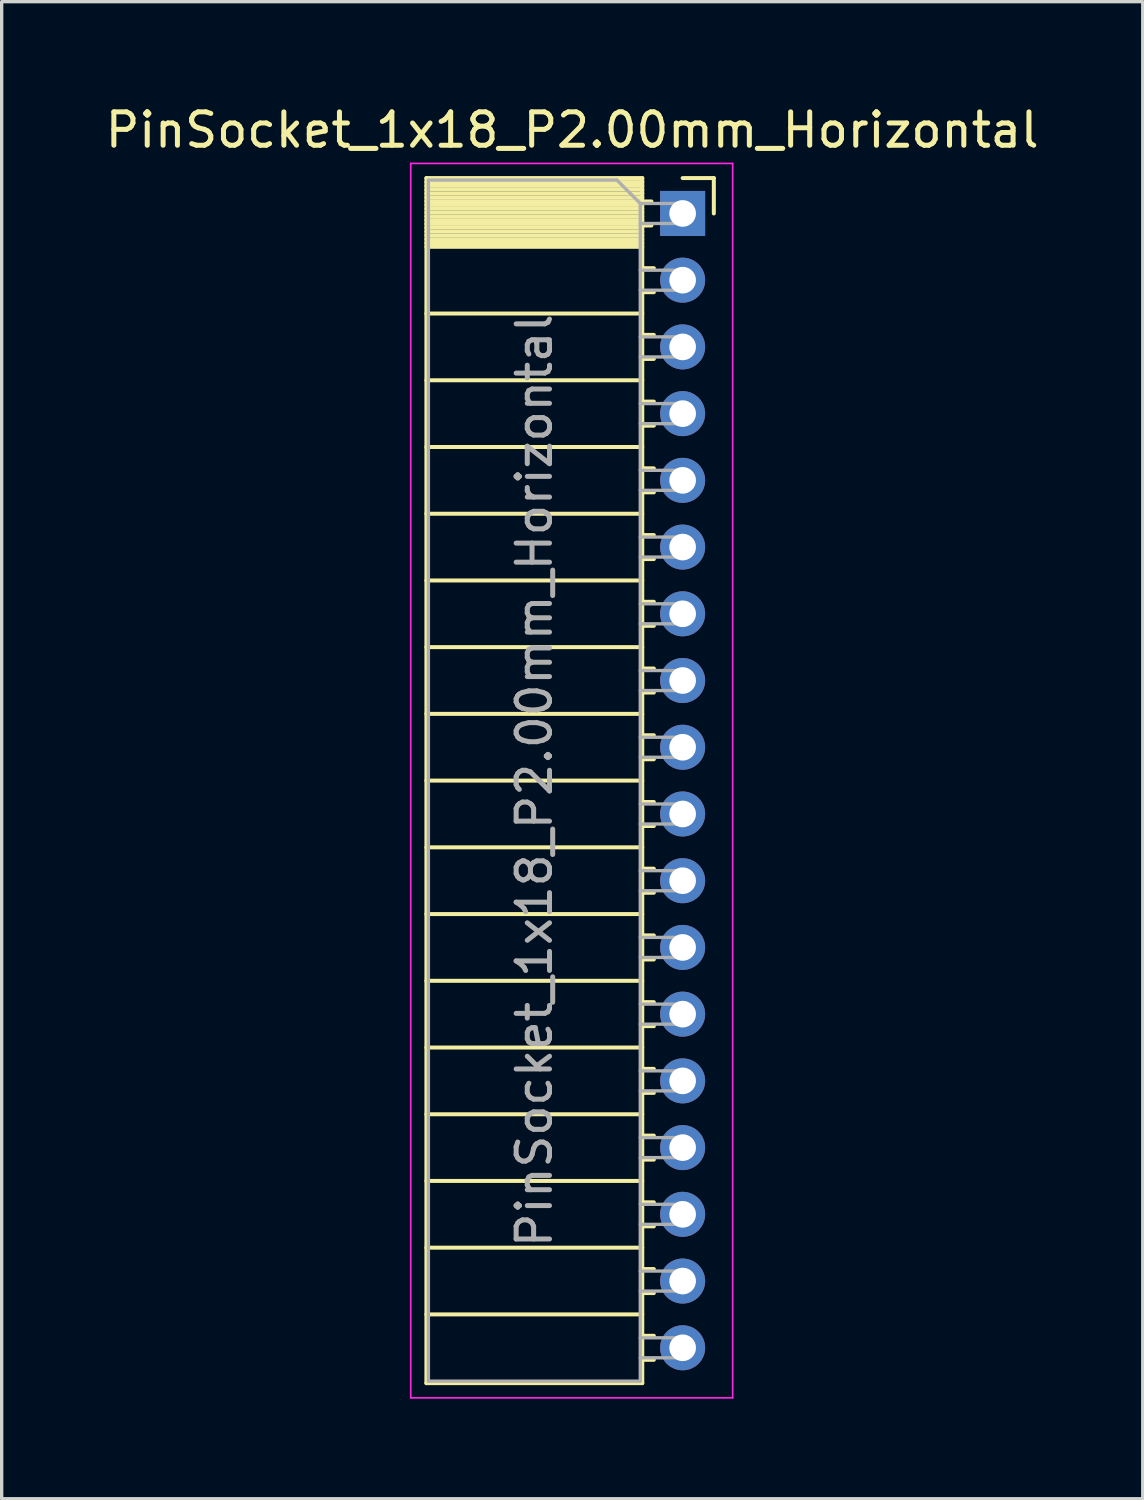
<source format=kicad_pcb>
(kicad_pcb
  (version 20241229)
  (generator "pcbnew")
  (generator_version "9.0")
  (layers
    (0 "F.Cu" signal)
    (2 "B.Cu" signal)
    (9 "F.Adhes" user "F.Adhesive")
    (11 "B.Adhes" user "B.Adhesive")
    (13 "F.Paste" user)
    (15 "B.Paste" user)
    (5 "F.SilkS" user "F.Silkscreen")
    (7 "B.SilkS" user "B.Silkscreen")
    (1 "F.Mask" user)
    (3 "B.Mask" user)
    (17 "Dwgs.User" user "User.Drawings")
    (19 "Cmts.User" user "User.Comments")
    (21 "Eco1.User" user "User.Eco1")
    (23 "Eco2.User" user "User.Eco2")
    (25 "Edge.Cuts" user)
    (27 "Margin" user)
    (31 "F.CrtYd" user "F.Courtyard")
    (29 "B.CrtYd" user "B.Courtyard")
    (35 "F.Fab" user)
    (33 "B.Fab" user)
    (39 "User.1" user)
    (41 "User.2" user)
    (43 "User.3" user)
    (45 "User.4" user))
  (footprint "PinSocket_1x18_P2.00mm_Horizontal"
    (layer "F.Cu")
    (at 17.411 3.348)
    (property "Reference" "PinSocket_1x18_P2.00mm_Horizontal" (at -3.31 -2.5 0) (layer "F.SilkS") (effects (font (size 1 1) (thickness 0.15))))
    (attr through_hole)
    (fp_line (start -7.68 -1.06) (end -7.68 35.06) (stroke (width 0.12) (type solid)) (layer "F.SilkS"))
    (fp_line (start -7.68 -1.06) (end -1.21 -1.06) (stroke (width 0.12) (type solid)) (layer "F.SilkS"))
    (fp_line (start -7.68 -0.94) (end -1.21 -0.94) (stroke (width 0.12) (type solid)) (layer "F.SilkS"))
    (fp_line (start -7.68 -0.826) (end -1.21 -0.826) (stroke (width 0.12) (type solid)) (layer "F.SilkS"))
    (fp_line (start -7.68 -0.712) (end -1.21 -0.712) (stroke (width 0.12) (type solid)) (layer "F.SilkS"))
    (fp_line (start -7.68 -0.598) (end -1.21 -0.598) (stroke (width 0.12) (type solid)) (layer "F.SilkS"))
    (fp_line (start -7.68 -0.484) (end -1.21 -0.484) (stroke (width 0.12) (type solid)) (layer "F.SilkS"))
    (fp_line (start -7.68 -0.369) (end -1.21 -0.369) (stroke (width 0.12) (type solid)) (layer "F.SilkS"))
    (fp_line (start -7.68 -0.255) (end -1.21 -0.255) (stroke (width 0.12) (type solid)) (layer "F.SilkS"))
    (fp_line (start -7.68 -0.141) (end -1.21 -0.141) (stroke (width 0.12) (type solid)) (layer "F.SilkS"))
    (fp_line (start -7.68 -0.027) (end -1.21 -0.027) (stroke (width 0.12) (type solid)) (layer "F.SilkS"))
    (fp_line (start -7.68 0.087) (end -1.21 0.087) (stroke (width 0.12) (type solid)) (layer "F.SilkS"))
    (fp_line (start -7.68 0.201) (end -1.21 0.201) (stroke (width 0.12) (type solid)) (layer "F.SilkS"))
    (fp_line (start -7.68 0.315) (end -1.21 0.315) (stroke (width 0.12) (type solid)) (layer "F.SilkS"))
    (fp_line (start -7.68 0.429) (end -1.21 0.429) (stroke (width 0.12) (type solid)) (layer "F.SilkS"))
    (fp_line (start -7.68 0.544) (end -1.21 0.544) (stroke (width 0.12) (type solid)) (layer "F.SilkS"))
    (fp_line (start -7.68 0.658) (end -1.21 0.658) (stroke (width 0.12) (type solid)) (layer "F.SilkS"))
    (fp_line (start -7.68 0.772) (end -1.21 0.772) (stroke (width 0.12) (type solid)) (layer "F.SilkS"))
    (fp_line (start -7.68 0.886) (end -1.21 0.886) (stroke (width 0.12) (type solid)) (layer "F.SilkS"))
    (fp_line (start -7.68 1) (end -1.21 1) (stroke (width 0.12) (type solid)) (layer "F.SilkS"))
    (fp_line (start -7.68 3) (end -1.21 3) (stroke (width 0.12) (type solid)) (layer "F.SilkS"))
    (fp_line (start -7.68 5) (end -1.21 5) (stroke (width 0.12) (type solid)) (layer "F.SilkS"))
    (fp_line (start -7.68 7) (end -1.21 7) (stroke (width 0.12) (type solid)) (layer "F.SilkS"))
    (fp_line (start -7.68 9) (end -1.21 9) (stroke (width 0.12) (type solid)) (layer "F.SilkS"))
    (fp_line (start -7.68 11) (end -1.21 11) (stroke (width 0.12) (type solid)) (layer "F.SilkS"))
    (fp_line (start -7.68 13) (end -1.21 13) (stroke (width 0.12) (type solid)) (layer "F.SilkS"))
    (fp_line (start -7.68 15) (end -1.21 15) (stroke (width 0.12) (type solid)) (layer "F.SilkS"))
    (fp_line (start -7.68 17) (end -1.21 17) (stroke (width 0.12) (type solid)) (layer "F.SilkS"))
    (fp_line (start -7.68 19) (end -1.21 19) (stroke (width 0.12) (type solid)) (layer "F.SilkS"))
    (fp_line (start -7.68 21) (end -1.21 21) (stroke (width 0.12) (type solid)) (layer "F.SilkS"))
    (fp_line (start -7.68 23) (end -1.21 23) (stroke (width 0.12) (type solid)) (layer "F.SilkS"))
    (fp_line (start -7.68 25) (end -1.21 25) (stroke (width 0.12) (type solid)) (layer "F.SilkS"))
    (fp_line (start -7.68 27) (end -1.21 27) (stroke (width 0.12) (type solid)) (layer "F.SilkS"))
    (fp_line (start -7.68 29) (end -1.21 29) (stroke (width 0.12) (type solid)) (layer "F.SilkS"))
    (fp_line (start -7.68 31) (end -1.21 31) (stroke (width 0.12) (type solid)) (layer "F.SilkS"))
    (fp_line (start -7.68 33) (end -1.21 33) (stroke (width 0.12) (type solid)) (layer "F.SilkS"))
    (fp_line (start -7.68 35.06) (end -1.21 35.06) (stroke (width 0.12) (type solid)) (layer "F.SilkS"))
    (fp_line (start -1.21 -1.06) (end -1.21 35.06) (stroke (width 0.12) (type solid)) (layer "F.SilkS"))
    (fp_line (start -1.21 -0.36) (end -0.935 -0.36) (stroke (width 0.12) (type solid)) (layer "F.SilkS"))
    (fp_line (start -1.21 0.36) (end -0.935 0.36) (stroke (width 0.12) (type solid)) (layer "F.SilkS"))
    (fp_line (start -1.21 1.64) (end -0.863 1.64) (stroke (width 0.12) (type solid)) (layer "F.SilkS"))
    (fp_line (start -1.21 2.36) (end -0.863 2.36) (stroke (width 0.12) (type solid)) (layer "F.SilkS"))
    (fp_line (start -1.21 3.64) (end -0.863 3.64) (stroke (width 0.12) (type solid)) (layer "F.SilkS"))
    (fp_line (start -1.21 4.36) (end -0.863 4.36) (stroke (width 0.12) (type solid)) (layer "F.SilkS"))
    (fp_line (start -1.21 5.64) (end -0.863 5.64) (stroke (width 0.12) (type solid)) (layer "F.SilkS"))
    (fp_line (start -1.21 6.36) (end -0.863 6.36) (stroke (width 0.12) (type solid)) (layer "F.SilkS"))
    (fp_line (start -1.21 7.64) (end -0.863 7.64) (stroke (width 0.12) (type solid)) (layer "F.SilkS"))
    (fp_line (start -1.21 8.36) (end -0.863 8.36) (stroke (width 0.12) (type solid)) (layer "F.SilkS"))
    (fp_line (start -1.21 9.64) (end -0.863 9.64) (stroke (width 0.12) (type solid)) (layer "F.SilkS"))
    (fp_line (start -1.21 10.36) (end -0.863 10.36) (stroke (width 0.12) (type solid)) (layer "F.SilkS"))
    (fp_line (start -1.21 11.64) (end -0.863 11.64) (stroke (width 0.12) (type solid)) (layer "F.SilkS"))
    (fp_line (start -1.21 12.36) (end -0.863 12.36) (stroke (width 0.12) (type solid)) (layer "F.SilkS"))
    (fp_line (start -1.21 13.64) (end -0.863 13.64) (stroke (width 0.12) (type solid)) (layer "F.SilkS"))
    (fp_line (start -1.21 14.36) (end -0.863 14.36) (stroke (width 0.12) (type solid)) (layer "F.SilkS"))
    (fp_line (start -1.21 15.64) (end -0.863 15.64) (stroke (width 0.12) (type solid)) (layer "F.SilkS"))
    (fp_line (start -1.21 16.36) (end -0.863 16.36) (stroke (width 0.12) (type solid)) (layer "F.SilkS"))
    (fp_line (start -1.21 17.64) (end -0.863 17.64) (stroke (width 0.12) (type solid)) (layer "F.SilkS"))
    (fp_line (start -1.21 18.36) (end -0.863 18.36) (stroke (width 0.12) (type solid)) (layer "F.SilkS"))
    (fp_line (start -1.21 19.64) (end -0.863 19.64) (stroke (width 0.12) (type solid)) (layer "F.SilkS"))
    (fp_line (start -1.21 20.36) (end -0.863 20.36) (stroke (width 0.12) (type solid)) (layer "F.SilkS"))
    (fp_line (start -1.21 21.64) (end -0.863 21.64) (stroke (width 0.12) (type solid)) (layer "F.SilkS"))
    (fp_line (start -1.21 22.36) (end -0.863 22.36) (stroke (width 0.12) (type solid)) (layer "F.SilkS"))
    (fp_line (start -1.21 23.64) (end -0.863 23.64) (stroke (width 0.12) (type solid)) (layer "F.SilkS"))
    (fp_line (start -1.21 24.36) (end -0.863 24.36) (stroke (width 0.12) (type solid)) (layer "F.SilkS"))
    (fp_line (start -1.21 25.64) (end -0.863 25.64) (stroke (width 0.12) (type solid)) (layer "F.SilkS"))
    (fp_line (start -1.21 26.36) (end -0.863 26.36) (stroke (width 0.12) (type solid)) (layer "F.SilkS"))
    (fp_line (start -1.21 27.64) (end -0.863 27.64) (stroke (width 0.12) (type solid)) (layer "F.SilkS"))
    (fp_line (start -1.21 28.36) (end -0.863 28.36) (stroke (width 0.12) (type solid)) (layer "F.SilkS"))
    (fp_line (start -1.21 29.64) (end -0.863 29.64) (stroke (width 0.12) (type solid)) (layer "F.SilkS"))
    (fp_line (start -1.21 30.36) (end -0.863 30.36) (stroke (width 0.12) (type solid)) (layer "F.SilkS"))
    (fp_line (start -1.21 31.64) (end -0.863 31.64) (stroke (width 0.12) (type solid)) (layer "F.SilkS"))
    (fp_line (start -1.21 32.36) (end -0.863 32.36) (stroke (width 0.12) (type solid)) (layer "F.SilkS"))
    (fp_line (start -1.21 33.64) (end -0.863 33.64) (stroke (width 0.12) (type solid)) (layer "F.SilkS"))
    (fp_line (start -1.21 34.36) (end -0.863 34.36) (stroke (width 0.12) (type solid)) (layer "F.SilkS"))
    (fp_line (start 0 -1.06) (end 0.935 -1.06) (stroke (width 0.12) (type solid)) (layer "F.SilkS"))
    (fp_line (start 0.935 -1.06) (end 0.935 0) (stroke (width 0.12) (type solid)) (layer "F.SilkS"))
    (fp_line (start -8.15 -1.5) (end -8.15 35.5) (stroke (width 0.05) (type solid)) (layer "F.CrtYd"))
    (fp_line (start -8.15 35.5) (end 1.5 35.5) (stroke (width 0.05) (type solid)) (layer "F.CrtYd"))
    (fp_line (start 1.5 -1.5) (end -8.15 -1.5) (stroke (width 0.05) (type solid)) (layer "F.CrtYd"))
    (fp_line (start 1.5 35.5) (end 1.5 -1.5) (stroke (width 0.05) (type solid)) (layer "F.CrtYd"))
    (fp_line (start -7.62 -1) (end -1.97 -1) (stroke (width 0.1) (type solid)) (layer "F.Fab"))
    (fp_line (start -7.62 35) (end -7.62 -1) (stroke (width 0.1) (type solid)) (layer "F.Fab"))
    (fp_line (start -1.97 -1) (end -1.27 -0.3) (stroke (width 0.1) (type solid)) (layer "F.Fab"))
    (fp_line (start -1.27 -0.3) (end -1.27 35) (stroke (width 0.1) (type solid)) (layer "F.Fab"))
    (fp_line (start -1.27 0.3) (end 0 0.3) (stroke (width 0.1) (type solid)) (layer "F.Fab"))
    (fp_line (start -1.27 2.3) (end 0 2.3) (stroke (width 0.1) (type solid)) (layer "F.Fab"))
    (fp_line (start -1.27 4.3) (end 0 4.3) (stroke (width 0.1) (type solid)) (layer "F.Fab"))
    (fp_line (start -1.27 6.3) (end 0 6.3) (stroke (width 0.1) (type solid)) (layer "F.Fab"))
    (fp_line (start -1.27 8.3) (end 0 8.3) (stroke (width 0.1) (type solid)) (layer "F.Fab"))
    (fp_line (start -1.27 10.3) (end 0 10.3) (stroke (width 0.1) (type solid)) (layer "F.Fab"))
    (fp_line (start -1.27 12.3) (end 0 12.3) (stroke (width 0.1) (type solid)) (layer "F.Fab"))
    (fp_line (start -1.27 14.3) (end 0 14.3) (stroke (width 0.1) (type solid)) (layer "F.Fab"))
    (fp_line (start -1.27 16.3) (end 0 16.3) (stroke (width 0.1) (type solid)) (layer "F.Fab"))
    (fp_line (start -1.27 18.3) (end 0 18.3) (stroke (width 0.1) (type solid)) (layer "F.Fab"))
    (fp_line (start -1.27 20.3) (end 0 20.3) (stroke (width 0.1) (type solid)) (layer "F.Fab"))
    (fp_line (start -1.27 22.3) (end 0 22.3) (stroke (width 0.1) (type solid)) (layer "F.Fab"))
    (fp_line (start -1.27 24.3) (end 0 24.3) (stroke (width 0.1) (type solid)) (layer "F.Fab"))
    (fp_line (start -1.27 26.3) (end 0 26.3) (stroke (width 0.1) (type solid)) (layer "F.Fab"))
    (fp_line (start -1.27 28.3) (end 0 28.3) (stroke (width 0.1) (type solid)) (layer "F.Fab"))
    (fp_line (start -1.27 30.3) (end 0 30.3) (stroke (width 0.1) (type solid)) (layer "F.Fab"))
    (fp_line (start -1.27 32.3) (end 0 32.3) (stroke (width 0.1) (type solid)) (layer "F.Fab"))
    (fp_line (start -1.27 34.3) (end 0 34.3) (stroke (width 0.1) (type solid)) (layer "F.Fab"))
    (fp_line (start -1.27 35) (end -7.62 35) (stroke (width 0.1) (type solid)) (layer "F.Fab"))
    (fp_line (start 0 -0.3) (end -1.27 -0.3) (stroke (width 0.1) (type solid)) (layer "F.Fab"))
    (fp_line (start 0 0.3) (end 0 -0.3) (stroke (width 0.1) (type solid)) (layer "F.Fab"))
    (fp_line (start 0 1.7) (end -1.27 1.7) (stroke (width 0.1) (type solid)) (layer "F.Fab"))
    (fp_line (start 0 2.3) (end 0 1.7) (stroke (width 0.1) (type solid)) (layer "F.Fab"))
    (fp_line (start 0 3.7) (end -1.27 3.7) (stroke (width 0.1) (type solid)) (layer "F.Fab"))
    (fp_line (start 0 4.3) (end 0 3.7) (stroke (width 0.1) (type solid)) (layer "F.Fab"))
    (fp_line (start 0 5.7) (end -1.27 5.7) (stroke (width 0.1) (type solid)) (layer "F.Fab"))
    (fp_line (start 0 6.3) (end 0 5.7) (stroke (width 0.1) (type solid)) (layer "F.Fab"))
    (fp_line (start 0 7.7) (end -1.27 7.7) (stroke (width 0.1) (type solid)) (layer "F.Fab"))
    (fp_line (start 0 8.3) (end 0 7.7) (stroke (width 0.1) (type solid)) (layer "F.Fab"))
    (fp_line (start 0 9.7) (end -1.27 9.7) (stroke (width 0.1) (type solid)) (layer "F.Fab"))
    (fp_line (start 0 10.3) (end 0 9.7) (stroke (width 0.1) (type solid)) (layer "F.Fab"))
    (fp_line (start 0 11.7) (end -1.27 11.7) (stroke (width 0.1) (type solid)) (layer "F.Fab"))
    (fp_line (start 0 12.3) (end 0 11.7) (stroke (width 0.1) (type solid)) (layer "F.Fab"))
    (fp_line (start 0 13.7) (end -1.27 13.7) (stroke (width 0.1) (type solid)) (layer "F.Fab"))
    (fp_line (start 0 14.3) (end 0 13.7) (stroke (width 0.1) (type solid)) (layer "F.Fab"))
    (fp_line (start 0 15.7) (end -1.27 15.7) (stroke (width 0.1) (type solid)) (layer "F.Fab"))
    (fp_line (start 0 16.3) (end 0 15.7) (stroke (width 0.1) (type solid)) (layer "F.Fab"))
    (fp_line (start 0 17.7) (end -1.27 17.7) (stroke (width 0.1) (type solid)) (layer "F.Fab"))
    (fp_line (start 0 18.3) (end 0 17.7) (stroke (width 0.1) (type solid)) (layer "F.Fab"))
    (fp_line (start 0 19.7) (end -1.27 19.7) (stroke (width 0.1) (type solid)) (layer "F.Fab"))
    (fp_line (start 0 20.3) (end 0 19.7) (stroke (width 0.1) (type solid)) (layer "F.Fab"))
    (fp_line (start 0 21.7) (end -1.27 21.7) (stroke (width 0.1) (type solid)) (layer "F.Fab"))
    (fp_line (start 0 22.3) (end 0 21.7) (stroke (width 0.1) (type solid)) (layer "F.Fab"))
    (fp_line (start 0 23.7) (end -1.27 23.7) (stroke (width 0.1) (type solid)) (layer "F.Fab"))
    (fp_line (start 0 24.3) (end 0 23.7) (stroke (width 0.1) (type solid)) (layer "F.Fab"))
    (fp_line (start 0 25.7) (end -1.27 25.7) (stroke (width 0.1) (type solid)) (layer "F.Fab"))
    (fp_line (start 0 26.3) (end 0 25.7) (stroke (width 0.1) (type solid)) (layer "F.Fab"))
    (fp_line (start 0 27.7) (end -1.27 27.7) (stroke (width 0.1) (type solid)) (layer "F.Fab"))
    (fp_line (start 0 28.3) (end 0 27.7) (stroke (width 0.1) (type solid)) (layer "F.Fab"))
    (fp_line (start 0 29.7) (end -1.27 29.7) (stroke (width 0.1) (type solid)) (layer "F.Fab"))
    (fp_line (start 0 30.3) (end 0 29.7) (stroke (width 0.1) (type solid)) (layer "F.Fab"))
    (fp_line (start 0 31.7) (end -1.27 31.7) (stroke (width 0.1) (type solid)) (layer "F.Fab"))
    (fp_line (start 0 32.3) (end 0 31.7) (stroke (width 0.1) (type solid)) (layer "F.Fab"))
    (fp_line (start 0 33.7) (end -1.27 33.7) (stroke (width 0.1) (type solid)) (layer "F.Fab"))
    (fp_line (start 0 34.3) (end 0 33.7) (stroke (width 0.1) (type solid)) (layer "F.Fab"))
    (fp_text user "${REFERENCE}" (at -4.445 17 90) (layer "F.Fab") (effects (font (size 1 1) (thickness 0.15))))
    (pad "1" thru_hole rect (at 0 0) (size 1.35 1.35) (drill 0.8) (layers "*.Cu" "*.Mask"))
    (pad "2" thru_hole oval (at 0 2) (size 1.35 1.35) (drill 0.8) (layers "*.Cu" "*.Mask"))
    (pad "3" thru_hole oval (at 0 4) (size 1.35 1.35) (drill 0.8) (layers "*.Cu" "*.Mask"))
    (pad "4" thru_hole oval (at 0 6) (size 1.35 1.35) (drill 0.8) (layers "*.Cu" "*.Mask"))
    (pad "5" thru_hole oval (at 0 8) (size 1.35 1.35) (drill 0.8) (layers "*.Cu" "*.Mask"))
    (pad "6" thru_hole oval (at 0 10) (size 1.35 1.35) (drill 0.8) (layers "*.Cu" "*.Mask"))
    (pad "7" thru_hole oval (at 0 12) (size 1.35 1.35) (drill 0.8) (layers "*.Cu" "*.Mask"))
    (pad "8" thru_hole oval (at 0 14) (size 1.35 1.35) (drill 0.8) (layers "*.Cu" "*.Mask"))
    (pad "9" thru_hole oval (at 0 16) (size 1.35 1.35) (drill 0.8) (layers "*.Cu" "*.Mask"))
    (pad "10" thru_hole oval (at 0 18) (size 1.35 1.35) (drill 0.8) (layers "*.Cu" "*.Mask"))
    (pad "11" thru_hole oval (at 0 20) (size 1.35 1.35) (drill 0.8) (layers "*.Cu" "*.Mask"))
    (pad "12" thru_hole oval (at 0 22) (size 1.35 1.35) (drill 0.8) (layers "*.Cu" "*.Mask"))
    (pad "13" thru_hole oval (at 0 24) (size 1.35 1.35) (drill 0.8) (layers "*.Cu" "*.Mask"))
    (pad "14" thru_hole oval (at 0 26) (size 1.35 1.35) (drill 0.8) (layers "*.Cu" "*.Mask"))
    (pad "15" thru_hole oval (at 0 28) (size 1.35 1.35) (drill 0.8) (layers "*.Cu" "*.Mask"))
    (pad "16" thru_hole oval (at 0 30) (size 1.35 1.35) (drill 0.8) (layers "*.Cu" "*.Mask"))
    (pad "17" thru_hole oval (at 0 32) (size 1.35 1.35) (drill 0.8) (layers "*.Cu" "*.Mask"))
    (pad "18" thru_hole oval (at 0 34) (size 1.35 1.35) (drill 0.8) (layers "*.Cu" "*.Mask")))
  (gr_rect
    (start -3 -3)
    (end 31.202 41.873)
    (stroke (width 0.1) (type default))
    (fill no)
    (layer "Edge.Cuts")))
</source>
